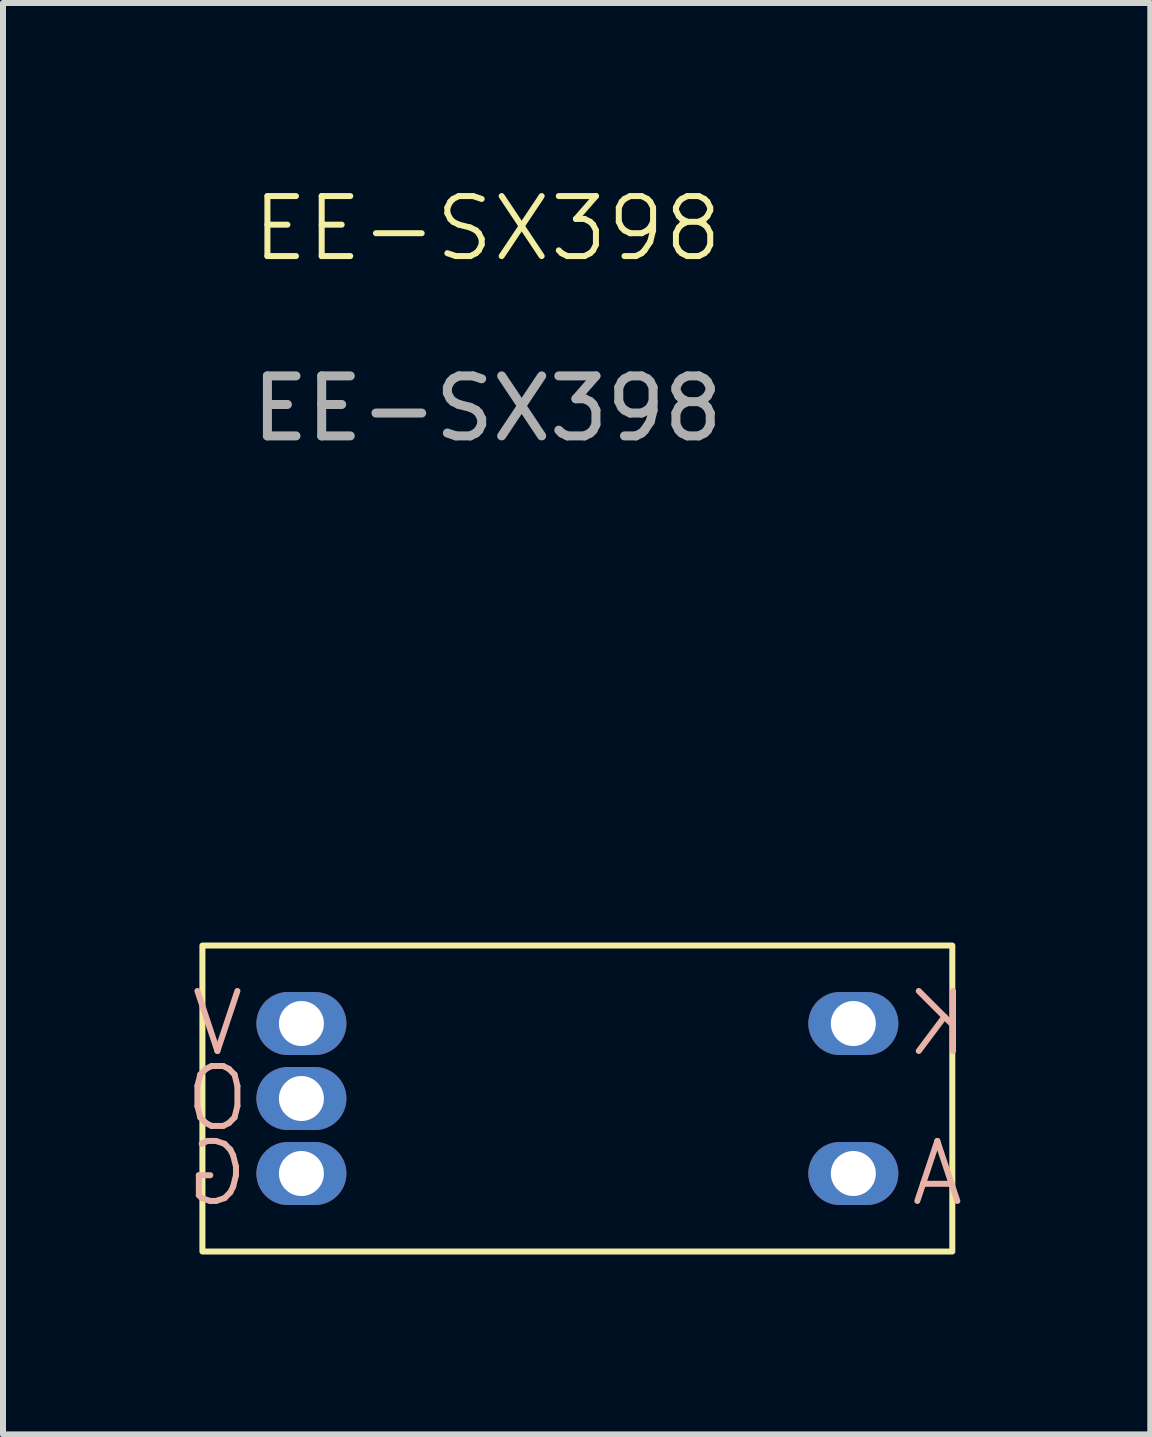
<source format=kicad_pcb>
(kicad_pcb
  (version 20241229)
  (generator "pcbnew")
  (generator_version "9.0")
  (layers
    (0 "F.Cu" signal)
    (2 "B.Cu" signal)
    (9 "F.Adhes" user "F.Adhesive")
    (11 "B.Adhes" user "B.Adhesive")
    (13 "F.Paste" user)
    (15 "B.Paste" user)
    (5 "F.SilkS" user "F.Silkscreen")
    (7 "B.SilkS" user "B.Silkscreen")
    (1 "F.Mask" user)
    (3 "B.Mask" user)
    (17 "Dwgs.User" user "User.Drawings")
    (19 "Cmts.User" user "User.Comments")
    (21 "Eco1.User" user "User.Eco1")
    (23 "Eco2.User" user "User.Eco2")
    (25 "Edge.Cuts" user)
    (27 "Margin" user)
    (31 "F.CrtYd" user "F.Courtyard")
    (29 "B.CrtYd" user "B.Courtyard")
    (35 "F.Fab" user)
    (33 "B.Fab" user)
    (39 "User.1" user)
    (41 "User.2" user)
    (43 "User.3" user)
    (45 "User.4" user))
  (footprint "EE-SX398"
    (layer "F.Cu")
    (at 6.574 15.261)
    (property "Reference" "EE-SX398" (at -1.5 -14.5 0) (unlocked yes) (layer "F.SilkS") (effects (font (size 1 1) (thickness 0.1))))
    (attr through_hole)
    (fp_rect (start -6.25 -2.55) (end 6.25 2.55) (stroke (width 0.1) (type default)) (fill no) (layer "F.SilkS"))
    (fp_text user "K" (at 6 -1.25 0) (unlocked yes) (layer "B.SilkS") (effects (font (size 1 1) (thickness 0.1)) (justify mirror)))
    (fp_text user "G" (at -6 1.25 0) (unlocked yes) (layer "B.SilkS") (effects (font (size 1 1) (thickness 0.1)) (justify mirror)))
    (fp_text user "O" (at -6 0 0) (unlocked yes) (layer "B.SilkS") (effects (font (size 1 1) (thickness 0.1)) (justify mirror)))
    (fp_text user "A" (at 6 1.25 0) (unlocked yes) (layer "B.SilkS") (effects (font (size 1 1) (thickness 0.1)) (justify mirror)))
    (fp_text user "V" (at -6 -1.25 0) (unlocked yes) (layer "B.SilkS") (effects (font (size 1 1) (thickness 0.1)) (justify mirror)))
    (fp_text user "${REFERENCE}" (at -1.5 -11.5 0) (unlocked yes) (layer "F.Fab") (effects (font (size 1 1) (thickness 0.15))))
    (pad "1" thru_hole oval (at 4.6 -1.25) (size 1.5 1.05) (drill 0.75) (layers "*.Cu" "*.Mask"))
    (pad "2" thru_hole oval (at 4.6 1.25) (size 1.5 1.05) (drill 0.75) (layers "*.Cu" "*.Mask"))
    (pad "3" thru_hole oval (at -4.6 1.25) (size 1.5 1.05) (drill 0.75) (layers "*.Cu" "*.Mask"))
    (pad "4" thru_hole oval (at -4.6 0) (size 1.5 1.05) (drill 0.75) (layers "*.Cu" "*.Mask"))
    (pad "5" thru_hole oval (at -4.6 -1.25) (size 1.5 1.05) (drill 0.75) (layers "*.Cu" "*.Mask")))
  (gr_rect
    (start -3 -3)
    (end 16.124 20.86)
    (stroke (width 0.1) (type default))
    (fill no)
    (layer "Edge.Cuts")))
</source>
